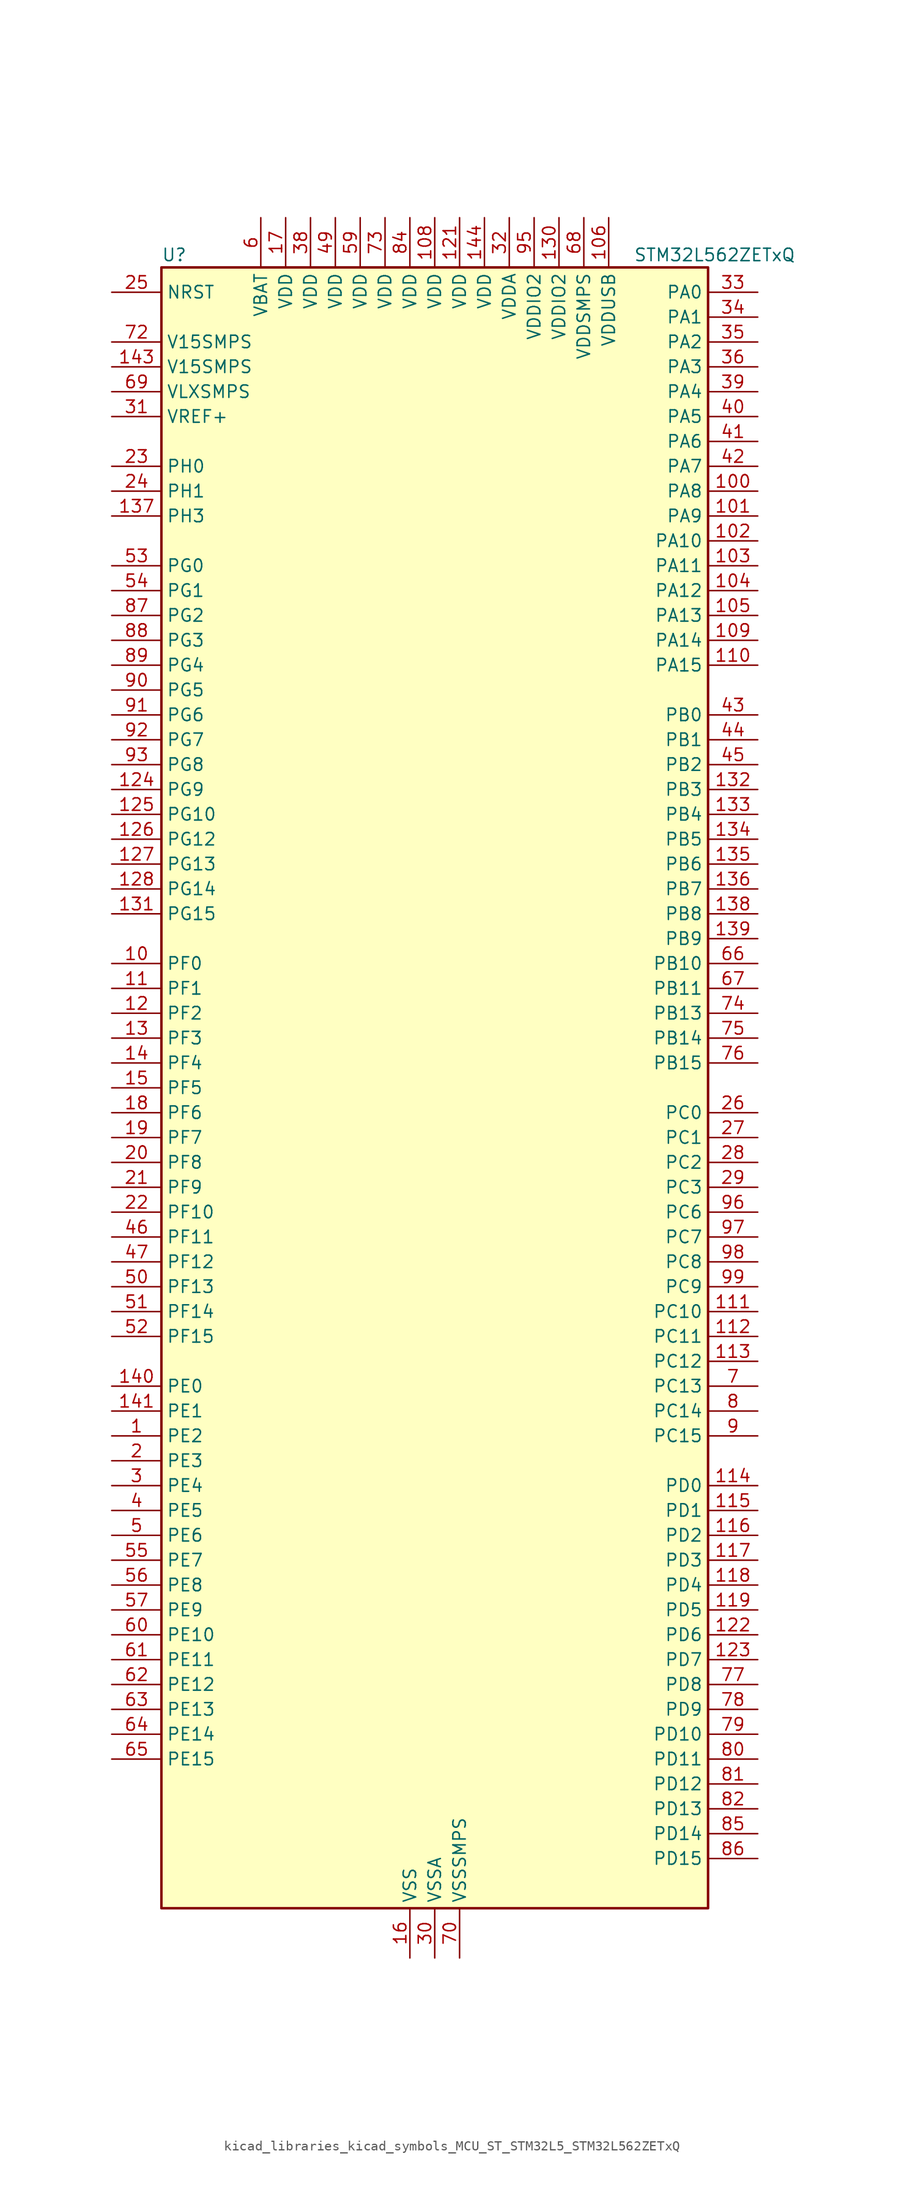
<source format=kicad_sym>
(kicad_symbol_lib
  (version 20220914)
  (generator kicad_symbol_editor)
  (symbol "kicad_libraries_kicad_symbols_MCU_ST_STM32L5_STM32L562ZETxQ"
    (property "Reference" "U"
      (at -27.94 85.09 0)
      (effects (font (size 1.27 1.27)) (justify left)))
    (property "Value" "STM32L562ZETxQ"
      (at 20.32 85.09 0)
      (effects (font (size 1.27 1.27)) (justify left)))
    (property "ki_locked" ""
      (at 0 0 0)
      (effects (font (size 1.27 1.27))))
    (symbol "kicad_libraries_kicad_symbols_MCU_ST_STM32L5_STM32L562ZETxQ_0_1"
      (rectangle (start -27.94 -83.82) (end 27.94 83.82) (stroke (width 0.254) (type default)) (fill (type background))))
    (symbol "kicad_libraries_kicad_symbols_MCU_ST_STM32L5_STM32L562ZETxQ_1_1"
      (pin bidirectional line (at -33.02 -35.56 0) (length 5.08) (name "PE2" (effects (font (size 1.27 1.27)))) (number "1" (effects (font (size 1.27 1.27)))) (alternate "DEBUG_TRACECLK" bidirectional line) (alternate "FMC_A23" bidirectional line) (alternate "SAI1_CK1" bidirectional line) (alternate "SAI1_MCLK_A" bidirectional line) (alternate "TIM3_ETR" bidirectional line) (alternate "TSC_G7_IO1" bidirectional line))
      (pin bidirectional line (at -33.02 12.7 0) (length 5.08) (name "PF0" (effects (font (size 1.27 1.27)))) (number "10" (effects (font (size 1.27 1.27)))) (alternate "FMC_A0" bidirectional line) (alternate "I2C2_SDA" bidirectional line))
      (pin bidirectional line (at 33.02 60.96 180) (length 5.08) (name "PA8" (effects (font (size 1.27 1.27)))) (number "100" (effects (font (size 1.27 1.27)))) (alternate "LPTIM2_OUT" bidirectional line) (alternate "RCC_MCO" bidirectional line) (alternate "SAI1_CK2" bidirectional line) (alternate "SAI1_SCK_A" bidirectional line) (alternate "TIM1_CH1" bidirectional line) (alternate "USART1_CK" bidirectional line))
      (pin bidirectional line (at 33.02 58.42 180) (length 5.08) (name "PA9" (effects (font (size 1.27 1.27)))) (number "101" (effects (font (size 1.27 1.27)))) (alternate "DAC1_EXTI9" bidirectional line) (alternate "SAI1_FS_A" bidirectional line) (alternate "SPI2_SCK" bidirectional line) (alternate "TIM15_BKIN" bidirectional line) (alternate "TIM1_CH2" bidirectional line) (alternate "USART1_TX" bidirectional line))
      (pin bidirectional line (at 33.02 55.88 180) (length 5.08) (name "PA10" (effects (font (size 1.27 1.27)))) (number "102" (effects (font (size 1.27 1.27)))) (alternate "CRS_SYNC" bidirectional line) (alternate "SAI1_D1" bidirectional line) (alternate "SAI1_SD_A" bidirectional line) (alternate "TIM17_BKIN" bidirectional line) (alternate "TIM1_CH3" bidirectional line) (alternate "USART1_RX" bidirectional line))
      (pin bidirectional line (at 33.02 53.34 180) (length 5.08) (name "PA11" (effects (font (size 1.27 1.27)))) (number "103" (effects (font (size 1.27 1.27)))) (alternate "ADC1_EXTI11" bidirectional line) (alternate "ADC2_EXTI11" bidirectional line) (alternate "FDCAN1_RX" bidirectional line) (alternate "SPI1_MISO" bidirectional line) (alternate "TIM1_BKIN2" bidirectional line) (alternate "TIM1_CH4" bidirectional line) (alternate "USART1_CTS" bidirectional line) (alternate "USART1_NSS" bidirectional line) (alternate "USB_DM" bidirectional line))
      (pin bidirectional line (at 33.02 50.8 180) (length 5.08) (name "PA12" (effects (font (size 1.27 1.27)))) (number "104" (effects (font (size 1.27 1.27)))) (alternate "FDCAN1_TX" bidirectional line) (alternate "SPI1_MOSI" bidirectional line) (alternate "TIM1_ETR" bidirectional line) (alternate "USART1_DE" bidirectional line) (alternate "USART1_RTS" bidirectional line) (alternate "USB_DP" bidirectional line))
      (pin bidirectional line (at 33.02 48.26 180) (length 5.08) (name "PA13" (effects (font (size 1.27 1.27)))) (number "105" (effects (font (size 1.27 1.27)))) (alternate "DEBUG_JTMS-SWDIO" bidirectional line) (alternate "IR_OUT" bidirectional line) (alternate "SAI1_SD_B" bidirectional line) (alternate "USB_NOE" bidirectional line))
      (pin power_in line (at 17.78 88.9 270) (length 5.08) (name "VDDUSB" (effects (font (size 1.27 1.27)))) (number "106" (effects (font (size 1.27 1.27)))))
      (pin passive line (at -2.54 -88.9 90) (length 5.08) hide (name "VSS" (effects (font (size 1.27 1.27)))) (number "107" (effects (font (size 1.27 1.27)))))
      (pin power_in line (at 0 88.9 270) (length 5.08) (name "VDD" (effects (font (size 1.27 1.27)))) (number "108" (effects (font (size 1.27 1.27)))))
      (pin bidirectional line (at 33.02 45.72 180) (length 5.08) (name "PA14" (effects (font (size 1.27 1.27)))) (number "109" (effects (font (size 1.27 1.27)))) (alternate "DEBUG_JTCK-SWCLK" bidirectional line) (alternate "I2C1_SMBA" bidirectional line) (alternate "I2C4_SMBA" bidirectional line) (alternate "LPTIM1_OUT" bidirectional line) (alternate "SAI1_FS_B" bidirectional line))
      (pin bidirectional line (at -33.02 10.16 0) (length 5.08) (name "PF1" (effects (font (size 1.27 1.27)))) (number "11" (effects (font (size 1.27 1.27)))) (alternate "FMC_A1" bidirectional line) (alternate "I2C2_SCL" bidirectional line))
      (pin bidirectional line (at 33.02 43.18 180) (length 5.08) (name "PA15" (effects (font (size 1.27 1.27)))) (number "110" (effects (font (size 1.27 1.27)))) (alternate "ADC1_EXTI15" bidirectional line) (alternate "ADC2_EXTI15" bidirectional line) (alternate "DEBUG_JTDI" bidirectional line) (alternate "SAI2_FS_B" bidirectional line) (alternate "SPI1_NSS" bidirectional line) (alternate "SPI3_NSS" bidirectional line) (alternate "TIM2_CH1" bidirectional line) (alternate "TIM2_ETR" bidirectional line) (alternate "UART4_DE" bidirectional line) (alternate "UART4_RTS" bidirectional line) (alternate "UCPD1_CC1" bidirectional line) (alternate "USART2_RX" bidirectional line) (alternate "USART3_DE" bidirectional line) (alternate "USART3_RTS" bidirectional line))
      (pin bidirectional line (at 33.02 -22.86 180) (length 5.08) (name "PC10" (effects (font (size 1.27 1.27)))) (number "111" (effects (font (size 1.27 1.27)))) (alternate "DEBUG_TRACED1" bidirectional line) (alternate "LPTIM3_ETR" bidirectional line) (alternate "SAI2_SCK_B" bidirectional line) (alternate "SDMMC1_D2" bidirectional line) (alternate "SPI3_SCK" bidirectional line) (alternate "TSC_G3_IO2" bidirectional line) (alternate "UART4_TX" bidirectional line) (alternate "USART3_TX" bidirectional line))
      (pin bidirectional line (at 33.02 -25.4 180) (length 5.08) (name "PC11" (effects (font (size 1.27 1.27)))) (number "112" (effects (font (size 1.27 1.27)))) (alternate "ADC1_EXTI11" bidirectional line) (alternate "ADC2_EXTI11" bidirectional line) (alternate "LPTIM3_IN1" bidirectional line) (alternate "OCTOSPI1_NCS" bidirectional line) (alternate "SAI2_MCLK_B" bidirectional line) (alternate "SDMMC1_D3" bidirectional line) (alternate "SPI3_MISO" bidirectional line) (alternate "TSC_G3_IO3" bidirectional line) (alternate "UART4_RX" bidirectional line) (alternate "UCPD1_FRSTX2" bidirectional line) (alternate "USART3_RX" bidirectional line))
      (pin bidirectional line (at 33.02 -27.94 180) (length 5.08) (name "PC12" (effects (font (size 1.27 1.27)))) (number "113" (effects (font (size 1.27 1.27)))) (alternate "DEBUG_TRACED3" bidirectional line) (alternate "SAI2_SD_B" bidirectional line) (alternate "SDMMC1_CK" bidirectional line) (alternate "SPI3_MOSI" bidirectional line) (alternate "TSC_G3_IO4" bidirectional line) (alternate "UART5_TX" bidirectional line) (alternate "USART3_CK" bidirectional line))
      (pin bidirectional line (at 33.02 -40.64 180) (length 5.08) (name "PD0" (effects (font (size 1.27 1.27)))) (number "114" (effects (font (size 1.27 1.27)))) (alternate "FDCAN1_RX" bidirectional line) (alternate "FMC_D2" bidirectional line) (alternate "FMC_DA2" bidirectional line) (alternate "SPI2_NSS" bidirectional line))
      (pin bidirectional line (at 33.02 -43.18 180) (length 5.08) (name "PD1" (effects (font (size 1.27 1.27)))) (number "115" (effects (font (size 1.27 1.27)))) (alternate "FDCAN1_TX" bidirectional line) (alternate "FMC_D3" bidirectional line) (alternate "FMC_DA3" bidirectional line) (alternate "SPI2_SCK" bidirectional line))
      (pin bidirectional line (at 33.02 -45.72 180) (length 5.08) (name "PD2" (effects (font (size 1.27 1.27)))) (number "116" (effects (font (size 1.27 1.27)))) (alternate "DEBUG_TRACED2" bidirectional line) (alternate "SDMMC1_CMD" bidirectional line) (alternate "TIM3_ETR" bidirectional line) (alternate "TSC_SYNC" bidirectional line) (alternate "UART5_RX" bidirectional line) (alternate "USART3_DE" bidirectional line) (alternate "USART3_RTS" bidirectional line))
      (pin bidirectional line (at 33.02 -48.26 180) (length 5.08) (name "PD3" (effects (font (size 1.27 1.27)))) (number "117" (effects (font (size 1.27 1.27)))) (alternate "DFSDM1_DATIN0" bidirectional line) (alternate "FMC_CLK" bidirectional line) (alternate "SPI2_MISO" bidirectional line) (alternate "SPI2_SCK" bidirectional line) (alternate "USART2_CTS" bidirectional line) (alternate "USART2_NSS" bidirectional line))
      (pin bidirectional line (at 33.02 -50.8 180) (length 5.08) (name "PD4" (effects (font (size 1.27 1.27)))) (number "118" (effects (font (size 1.27 1.27)))) (alternate "DFSDM1_CKIN0" bidirectional line) (alternate "FMC_NOE" bidirectional line) (alternate "OCTOSPI1_IO4" bidirectional line) (alternate "SPI2_MOSI" bidirectional line) (alternate "USART2_DE" bidirectional line) (alternate "USART2_RTS" bidirectional line))
      (pin bidirectional line (at 33.02 -53.34 180) (length 5.08) (name "PD5" (effects (font (size 1.27 1.27)))) (number "119" (effects (font (size 1.27 1.27)))) (alternate "FMC_NWE" bidirectional line) (alternate "OCTOSPI1_IO5" bidirectional line) (alternate "USART2_TX" bidirectional line))
      (pin bidirectional line (at -33.02 7.62 0) (length 5.08) (name "PF2" (effects (font (size 1.27 1.27)))) (number "12" (effects (font (size 1.27 1.27)))) (alternate "FMC_A2" bidirectional line) (alternate "I2C2_SMBA" bidirectional line))
      (pin passive line (at -2.54 -88.9 90) (length 5.08) hide (name "VSS" (effects (font (size 1.27 1.27)))) (number "120" (effects (font (size 1.27 1.27)))))
      (pin power_in line (at 2.54 88.9 270) (length 5.08) (name "VDD" (effects (font (size 1.27 1.27)))) (number "121" (effects (font (size 1.27 1.27)))))
      (pin bidirectional line (at 33.02 -55.88 180) (length 5.08) (name "PD6" (effects (font (size 1.27 1.27)))) (number "122" (effects (font (size 1.27 1.27)))) (alternate "DFSDM1_DATIN1" bidirectional line) (alternate "FMC_NWAIT" bidirectional line) (alternate "OCTOSPI1_IO6" bidirectional line) (alternate "SAI1_D1" bidirectional line) (alternate "SAI1_SD_A" bidirectional line) (alternate "SPI3_MOSI" bidirectional line) (alternate "USART2_RX" bidirectional line))
      (pin bidirectional line (at 33.02 -58.42 180) (length 5.08) (name "PD7" (effects (font (size 1.27 1.27)))) (number "123" (effects (font (size 1.27 1.27)))) (alternate "DFSDM1_CKIN1" bidirectional line) (alternate "FMC_NCE" bidirectional line) (alternate "FMC_NE1" bidirectional line) (alternate "OCTOSPI1_IO7" bidirectional line) (alternate "USART2_CK" bidirectional line))
      (pin bidirectional line (at -33.02 30.48 0) (length 5.08) (name "PG9" (effects (font (size 1.27 1.27)))) (number "124" (effects (font (size 1.27 1.27)))) (alternate "DAC1_EXTI9" bidirectional line) (alternate "FMC_NCE" bidirectional line) (alternate "FMC_NE2" bidirectional line) (alternate "SAI2_SCK_A" bidirectional line) (alternate "SPI3_SCK" bidirectional line) (alternate "TIM15_CH1N" bidirectional line) (alternate "USART1_TX" bidirectional line))
      (pin bidirectional line (at -33.02 27.94 0) (length 5.08) (name "PG10" (effects (font (size 1.27 1.27)))) (number "125" (effects (font (size 1.27 1.27)))) (alternate "FMC_NE3" bidirectional line) (alternate "LPTIM1_IN1" bidirectional line) (alternate "SAI2_FS_A" bidirectional line) (alternate "SPI3_MISO" bidirectional line) (alternate "TIM15_CH1" bidirectional line) (alternate "USART1_RX" bidirectional line))
      (pin bidirectional line (at -33.02 25.4 0) (length 5.08) (name "PG12" (effects (font (size 1.27 1.27)))) (number "126" (effects (font (size 1.27 1.27)))) (alternate "FMC_NE4" bidirectional line) (alternate "LPTIM1_ETR" bidirectional line) (alternate "SAI2_SD_A" bidirectional line) (alternate "SPI3_NSS" bidirectional line) (alternate "USART1_DE" bidirectional line) (alternate "USART1_RTS" bidirectional line))
      (pin bidirectional line (at -33.02 22.86 0) (length 5.08) (name "PG13" (effects (font (size 1.27 1.27)))) (number "127" (effects (font (size 1.27 1.27)))) (alternate "FMC_A24" bidirectional line) (alternate "I2C1_SDA" bidirectional line) (alternate "USART1_CK" bidirectional line))
      (pin bidirectional line (at -33.02 20.32 0) (length 5.08) (name "PG14" (effects (font (size 1.27 1.27)))) (number "128" (effects (font (size 1.27 1.27)))) (alternate "FMC_A25" bidirectional line) (alternate "I2C1_SCL" bidirectional line))
      (pin passive line (at -2.54 -88.9 90) (length 5.08) hide (name "VSS" (effects (font (size 1.27 1.27)))) (number "129" (effects (font (size 1.27 1.27)))))
      (pin bidirectional line (at -33.02 5.08 0) (length 5.08) (name "PF3" (effects (font (size 1.27 1.27)))) (number "13" (effects (font (size 1.27 1.27)))) (alternate "FMC_A3" bidirectional line) (alternate "LPTIM3_IN1" bidirectional line))
      (pin power_in line (at 12.7 88.9 270) (length 5.08) (name "VDDIO2" (effects (font (size 1.27 1.27)))) (number "130" (effects (font (size 1.27 1.27)))))
      (pin bidirectional line (at -33.02 17.78 0) (length 5.08) (name "PG15" (effects (font (size 1.27 1.27)))) (number "131" (effects (font (size 1.27 1.27)))) (alternate "ADC1_EXTI15" bidirectional line) (alternate "ADC2_EXTI15" bidirectional line) (alternate "I2C1_SMBA" bidirectional line) (alternate "LPTIM1_OUT" bidirectional line))
      (pin bidirectional line (at 33.02 30.48 180) (length 5.08) (name "PB3" (effects (font (size 1.27 1.27)))) (number "132" (effects (font (size 1.27 1.27)))) (alternate "COMP2_INM" bidirectional line) (alternate "CRS_SYNC" bidirectional line) (alternate "DEBUG_JTDO-SWO" bidirectional line) (alternate "SAI1_SCK_B" bidirectional line) (alternate "SPI1_SCK" bidirectional line) (alternate "SPI3_SCK" bidirectional line) (alternate "TIM2_CH2" bidirectional line) (alternate "USART1_DE" bidirectional line) (alternate "USART1_RTS" bidirectional line))
      (pin bidirectional line (at 33.02 27.94 180) (length 5.08) (name "PB4" (effects (font (size 1.27 1.27)))) (number "133" (effects (font (size 1.27 1.27)))) (alternate "COMP2_INP" bidirectional line) (alternate "DEBUG_JTRST" bidirectional line) (alternate "I2C3_SDA" bidirectional line) (alternate "SAI1_MCLK_B" bidirectional line) (alternate "SPI1_MISO" bidirectional line) (alternate "SPI3_MISO" bidirectional line) (alternate "TIM17_BKIN" bidirectional line) (alternate "TIM3_CH1" bidirectional line) (alternate "TSC_G2_IO1" bidirectional line) (alternate "UART5_DE" bidirectional line) (alternate "UART5_RTS" bidirectional line) (alternate "USART1_CTS" bidirectional line) (alternate "USART1_NSS" bidirectional line))
      (pin bidirectional line (at 33.02 25.4 180) (length 5.08) (name "PB5" (effects (font (size 1.27 1.27)))) (number "134" (effects (font (size 1.27 1.27)))) (alternate "COMP2_OUT" bidirectional line) (alternate "I2C1_SMBA" bidirectional line) (alternate "LPTIM1_IN1" bidirectional line) (alternate "OCTOSPI1_NCLK" bidirectional line) (alternate "SAI1_SD_B" bidirectional line) (alternate "SPI1_MOSI" bidirectional line) (alternate "SPI3_MOSI" bidirectional line) (alternate "TIM16_BKIN" bidirectional line) (alternate "TIM3_CH2" bidirectional line) (alternate "TSC_G2_IO2" bidirectional line) (alternate "UART5_CTS" bidirectional line) (alternate "UCPD1_DBCC1" bidirectional line) (alternate "USART1_CK" bidirectional line))
      (pin bidirectional line (at 33.02 22.86 180) (length 5.08) (name "PB6" (effects (font (size 1.27 1.27)))) (number "135" (effects (font (size 1.27 1.27)))) (alternate "COMP2_INP" bidirectional line) (alternate "I2C1_SCL" bidirectional line) (alternate "I2C4_SCL" bidirectional line) (alternate "LPTIM1_ETR" bidirectional line) (alternate "SAI1_FS_B" bidirectional line) (alternate "TIM16_CH1N" bidirectional line) (alternate "TIM4_CH1" bidirectional line) (alternate "TIM8_BKIN2" bidirectional line) (alternate "TSC_G2_IO3" bidirectional line) (alternate "USART1_TX" bidirectional line))
      (pin bidirectional line (at 33.02 20.32 180) (length 5.08) (name "PB7" (effects (font (size 1.27 1.27)))) (number "136" (effects (font (size 1.27 1.27)))) (alternate "COMP2_INM" bidirectional line) (alternate "FMC_NL" bidirectional line) (alternate "I2C1_SDA" bidirectional line) (alternate "I2C4_SDA" bidirectional line) (alternate "LPTIM1_IN2" bidirectional line) (alternate "PWR_PVD_IN" bidirectional line) (alternate "TIM17_CH1N" bidirectional line) (alternate "TIM4_CH2" bidirectional line) (alternate "TIM8_BKIN" bidirectional line) (alternate "TSC_G2_IO4" bidirectional line) (alternate "UART4_CTS" bidirectional line) (alternate "USART1_RX" bidirectional line))
      (pin bidirectional line (at -33.02 58.42 0) (length 5.08) (name "PH3" (effects (font (size 1.27 1.27)))) (number "137" (effects (font (size 1.27 1.27)))))
      (pin bidirectional line (at 33.02 17.78 180) (length 5.08) (name "PB8" (effects (font (size 1.27 1.27)))) (number "138" (effects (font (size 1.27 1.27)))) (alternate "DFSDM1_CKOUT" bidirectional line) (alternate "FDCAN1_RX" bidirectional line) (alternate "I2C1_SCL" bidirectional line) (alternate "SAI1_CK1" bidirectional line) (alternate "SAI1_MCLK_A" bidirectional line) (alternate "SDMMC1_CKIN" bidirectional line) (alternate "SDMMC1_D4" bidirectional line) (alternate "TIM16_CH1" bidirectional line) (alternate "TIM4_CH3" bidirectional line))
      (pin bidirectional line (at 33.02 15.24 180) (length 5.08) (name "PB9" (effects (font (size 1.27 1.27)))) (number "139" (effects (font (size 1.27 1.27)))) (alternate "DAC1_EXTI9" bidirectional line) (alternate "FDCAN1_TX" bidirectional line) (alternate "I2C1_SDA" bidirectional line) (alternate "IR_OUT" bidirectional line) (alternate "SAI1_D2" bidirectional line) (alternate "SAI1_FS_A" bidirectional line) (alternate "SDMMC1_CDIR" bidirectional line) (alternate "SDMMC1_D5" bidirectional line) (alternate "SPI2_NSS" bidirectional line) (alternate "TIM17_CH1" bidirectional line) (alternate "TIM4_CH4" bidirectional line))
      (pin bidirectional line (at -33.02 2.54 0) (length 5.08) (name "PF4" (effects (font (size 1.27 1.27)))) (number "14" (effects (font (size 1.27 1.27)))) (alternate "FMC_A4" bidirectional line) (alternate "LPTIM3_ETR" bidirectional line))
      (pin bidirectional line (at -33.02 -30.48 0) (length 5.08) (name "PE0" (effects (font (size 1.27 1.27)))) (number "140" (effects (font (size 1.27 1.27)))) (alternate "FMC_NBL0" bidirectional line) (alternate "TIM16_CH1" bidirectional line) (alternate "TIM4_ETR" bidirectional line))
      (pin bidirectional line (at -33.02 -33.02 0) (length 5.08) (name "PE1" (effects (font (size 1.27 1.27)))) (number "141" (effects (font (size 1.27 1.27)))) (alternate "FMC_NBL1" bidirectional line) (alternate "TIM17_CH1" bidirectional line))
      (pin passive line (at -2.54 -88.9 90) (length 5.08) hide (name "VSS" (effects (font (size 1.27 1.27)))) (number "142" (effects (font (size 1.27 1.27)))))
      (pin power_in line (at -33.02 73.66 0) (length 5.08) (name "V15SMPS" (effects (font (size 1.27 1.27)))) (number "143" (effects (font (size 1.27 1.27)))))
      (pin power_in line (at 5.08 88.9 270) (length 5.08) (name "VDD" (effects (font (size 1.27 1.27)))) (number "144" (effects (font (size 1.27 1.27)))))
      (pin bidirectional line (at -33.02 0 0) (length 5.08) (name "PF5" (effects (font (size 1.27 1.27)))) (number "15" (effects (font (size 1.27 1.27)))) (alternate "FMC_A5" bidirectional line) (alternate "LPTIM3_OUT" bidirectional line))
      (pin power_in line (at -2.54 -88.9 90) (length 5.08) (name "VSS" (effects (font (size 1.27 1.27)))) (number "16" (effects (font (size 1.27 1.27)))))
      (pin power_in line (at -15.24 88.9 270) (length 5.08) (name "VDD" (effects (font (size 1.27 1.27)))) (number "17" (effects (font (size 1.27 1.27)))))
      (pin bidirectional line (at -33.02 -2.54 0) (length 5.08) (name "PF6" (effects (font (size 1.27 1.27)))) (number "18" (effects (font (size 1.27 1.27)))) (alternate "OCTOSPI1_IO3" bidirectional line) (alternate "SAI1_SD_B" bidirectional line) (alternate "TIM5_CH1" bidirectional line) (alternate "TIM5_ETR" bidirectional line))
      (pin bidirectional line (at -33.02 -5.08 0) (length 5.08) (name "PF7" (effects (font (size 1.27 1.27)))) (number "19" (effects (font (size 1.27 1.27)))) (alternate "OCTOSPI1_IO2" bidirectional line) (alternate "SAI1_MCLK_B" bidirectional line) (alternate "TAMP_IN6" bidirectional line) (alternate "TAMP_OUT3" bidirectional line) (alternate "TIM5_CH2" bidirectional line))
      (pin bidirectional line (at -33.02 -38.1 0) (length 5.08) (name "PE3" (effects (font (size 1.27 1.27)))) (number "2" (effects (font (size 1.27 1.27)))) (alternate "DEBUG_TRACED0" bidirectional line) (alternate "FMC_A19" bidirectional line) (alternate "OCTOSPI1_DQS" bidirectional line) (alternate "SAI1_SD_B" bidirectional line) (alternate "TIM3_CH1" bidirectional line) (alternate "TSC_G7_IO2" bidirectional line))
      (pin bidirectional line (at -33.02 -7.62 0) (length 5.08) (name "PF8" (effects (font (size 1.27 1.27)))) (number "20" (effects (font (size 1.27 1.27)))) (alternate "OCTOSPI1_IO0" bidirectional line) (alternate "SAI1_SCK_B" bidirectional line) (alternate "TAMP_IN7" bidirectional line) (alternate "TAMP_OUT8" bidirectional line) (alternate "TIM5_CH3" bidirectional line))
      (pin bidirectional line (at -33.02 -10.16 0) (length 5.08) (name "PF9" (effects (font (size 1.27 1.27)))) (number "21" (effects (font (size 1.27 1.27)))) (alternate "DAC1_EXTI9" bidirectional line) (alternate "OCTOSPI1_IO1" bidirectional line) (alternate "SAI1_FS_B" bidirectional line) (alternate "TAMP_IN8" bidirectional line) (alternate "TAMP_OUT7" bidirectional line) (alternate "TIM15_CH1" bidirectional line) (alternate "TIM5_CH4" bidirectional line))
      (pin bidirectional line (at -33.02 -12.7 0) (length 5.08) (name "PF10" (effects (font (size 1.27 1.27)))) (number "22" (effects (font (size 1.27 1.27)))) (alternate "DFSDM1_CKOUT" bidirectional line) (alternate "OCTOSPI1_CLK" bidirectional line) (alternate "SAI1_D3" bidirectional line) (alternate "TIM15_CH2" bidirectional line))
      (pin bidirectional line (at -33.02 63.5 0) (length 5.08) (name "PH0" (effects (font (size 1.27 1.27)))) (number "23" (effects (font (size 1.27 1.27)))) (alternate "RCC_OSC_IN" bidirectional line))
      (pin bidirectional line (at -33.02 60.96 0) (length 5.08) (name "PH1" (effects (font (size 1.27 1.27)))) (number "24" (effects (font (size 1.27 1.27)))) (alternate "RCC_OSC_OUT" bidirectional line))
      (pin input line (at -33.02 81.28 0) (length 5.08) (name "NRST" (effects (font (size 1.27 1.27)))) (number "25" (effects (font (size 1.27 1.27)))))
      (pin bidirectional line (at 33.02 -2.54 180) (length 5.08) (name "PC0" (effects (font (size 1.27 1.27)))) (number "26" (effects (font (size 1.27 1.27)))) (alternate "ADC1_IN1" bidirectional line) (alternate "ADC2_IN1" bidirectional line) (alternate "I2C3_SCL" bidirectional line) (alternate "LPTIM1_IN1" bidirectional line) (alternate "LPTIM2_IN1" bidirectional line) (alternate "LPUART1_RX" bidirectional line) (alternate "OCTOSPI1_IO7" bidirectional line) (alternate "SAI2_FS_A" bidirectional line) (alternate "SDMMC1_D5" bidirectional line))
      (pin bidirectional line (at 33.02 -5.08 180) (length 5.08) (name "PC1" (effects (font (size 1.27 1.27)))) (number "27" (effects (font (size 1.27 1.27)))) (alternate "ADC1_IN2" bidirectional line) (alternate "ADC2_IN2" bidirectional line) (alternate "DEBUG_TRACED0" bidirectional line) (alternate "I2C3_SDA" bidirectional line) (alternate "LPTIM1_OUT" bidirectional line) (alternate "LPUART1_TX" bidirectional line) (alternate "OCTOSPI1_IO4" bidirectional line) (alternate "SAI1_SD_A" bidirectional line) (alternate "SPI2_MOSI" bidirectional line))
      (pin bidirectional line (at 33.02 -7.62 180) (length 5.08) (name "PC2" (effects (font (size 1.27 1.27)))) (number "28" (effects (font (size 1.27 1.27)))) (alternate "ADC1_IN3" bidirectional line) (alternate "ADC2_IN3" bidirectional line) (alternate "DFSDM1_CKOUT" bidirectional line) (alternate "LPTIM1_IN2" bidirectional line) (alternate "OCTOSPI1_IO5" bidirectional line) (alternate "SPI2_MISO" bidirectional line))
      (pin bidirectional line (at 33.02 -10.16 180) (length 5.08) (name "PC3" (effects (font (size 1.27 1.27)))) (number "29" (effects (font (size 1.27 1.27)))) (alternate "ADC1_IN4" bidirectional line) (alternate "ADC2_IN4" bidirectional line) (alternate "LPTIM1_ETR" bidirectional line) (alternate "LPTIM2_ETR" bidirectional line) (alternate "LPTIM3_OUT" bidirectional line) (alternate "OCTOSPI1_IO6" bidirectional line) (alternate "SAI1_D1" bidirectional line) (alternate "SAI1_SD_A" bidirectional line) (alternate "SPI2_MOSI" bidirectional line))
      (pin bidirectional line (at -33.02 -40.64 0) (length 5.08) (name "PE4" (effects (font (size 1.27 1.27)))) (number "3" (effects (font (size 1.27 1.27)))) (alternate "DEBUG_TRACED1" bidirectional line) (alternate "DFSDM1_DATIN3" bidirectional line) (alternate "FMC_A20" bidirectional line) (alternate "SAI1_D2" bidirectional line) (alternate "SAI1_FS_A" bidirectional line) (alternate "TIM3_CH2" bidirectional line) (alternate "TSC_G7_IO3" bidirectional line))
      (pin power_in line (at 0 -88.9 90) (length 5.08) (name "VSSA" (effects (font (size 1.27 1.27)))) (number "30" (effects (font (size 1.27 1.27)))))
      (pin input line (at -33.02 68.58 0) (length 5.08) (name "VREF+" (effects (font (size 1.27 1.27)))) (number "31" (effects (font (size 1.27 1.27)))))
      (pin power_in line (at 7.62 88.9 270) (length 5.08) (name "VDDA" (effects (font (size 1.27 1.27)))) (number "32" (effects (font (size 1.27 1.27)))))
      (pin bidirectional line (at 33.02 81.28 180) (length 5.08) (name "PA0" (effects (font (size 1.27 1.27)))) (number "33" (effects (font (size 1.27 1.27)))) (alternate "ADC1_IN5" bidirectional line) (alternate "ADC2_IN5" bidirectional line) (alternate "OPAMP1_VINP" bidirectional line) (alternate "PWR_WKUP1" bidirectional line) (alternate "SAI1_EXTCLK" bidirectional line) (alternate "TAMP_IN2" bidirectional line) (alternate "TAMP_OUT1" bidirectional line) (alternate "TIM2_CH1" bidirectional line) (alternate "TIM2_ETR" bidirectional line) (alternate "TIM5_CH1" bidirectional line) (alternate "TIM8_ETR" bidirectional line) (alternate "UART4_TX" bidirectional line) (alternate "USART2_CTS" bidirectional line) (alternate "USART2_NSS" bidirectional line))
      (pin bidirectional line (at 33.02 78.74 180) (length 5.08) (name "PA1" (effects (font (size 1.27 1.27)))) (number "34" (effects (font (size 1.27 1.27)))) (alternate "ADC1_IN6" bidirectional line) (alternate "ADC2_IN6" bidirectional line) (alternate "I2C1_SMBA" bidirectional line) (alternate "OCTOSPI1_DQS" bidirectional line) (alternate "OPAMP1_VINM" bidirectional line) (alternate "SPI1_SCK" bidirectional line) (alternate "TAMP_IN5" bidirectional line) (alternate "TAMP_OUT4" bidirectional line) (alternate "TIM15_CH1N" bidirectional line) (alternate "TIM2_CH2" bidirectional line) (alternate "TIM5_CH2" bidirectional line) (alternate "UART4_RX" bidirectional line) (alternate "USART2_DE" bidirectional line) (alternate "USART2_RTS" bidirectional line))
      (pin bidirectional line (at 33.02 76.2 180) (length 5.08) (name "PA2" (effects (font (size 1.27 1.27)))) (number "35" (effects (font (size 1.27 1.27)))) (alternate "ADC1_IN7" bidirectional line) (alternate "ADC2_IN7" bidirectional line) (alternate "COMP1_INP" bidirectional line) (alternate "LPUART1_TX" bidirectional line) (alternate "OCTOSPI1_NCS" bidirectional line) (alternate "PWR_WKUP4" bidirectional line) (alternate "RCC_LSCO" bidirectional line) (alternate "SAI2_EXTCLK" bidirectional line) (alternate "TIM15_CH1" bidirectional line) (alternate "TIM2_CH3" bidirectional line) (alternate "TIM5_CH3" bidirectional line) (alternate "UCPD1_FRSTX1" bidirectional line) (alternate "USART2_TX" bidirectional line))
      (pin bidirectional line (at 33.02 73.66 180) (length 5.08) (name "PA3" (effects (font (size 1.27 1.27)))) (number "36" (effects (font (size 1.27 1.27)))) (alternate "ADC1_IN8" bidirectional line) (alternate "ADC2_IN8" bidirectional line) (alternate "LPUART1_RX" bidirectional line) (alternate "OCTOSPI1_CLK" bidirectional line) (alternate "OPAMP1_VOUT" bidirectional line) (alternate "SAI1_CK1" bidirectional line) (alternate "SAI1_MCLK_A" bidirectional line) (alternate "TIM15_CH2" bidirectional line) (alternate "TIM2_CH4" bidirectional line) (alternate "TIM5_CH4" bidirectional line) (alternate "USART2_RX" bidirectional line))
      (pin passive line (at -2.54 -88.9 90) (length 5.08) hide (name "VSS" (effects (font (size 1.27 1.27)))) (number "37" (effects (font (size 1.27 1.27)))))
      (pin power_in line (at -12.7 88.9 270) (length 5.08) (name "VDD" (effects (font (size 1.27 1.27)))) (number "38" (effects (font (size 1.27 1.27)))))
      (pin bidirectional line (at 33.02 71.12 180) (length 5.08) (name "PA4" (effects (font (size 1.27 1.27)))) (number "39" (effects (font (size 1.27 1.27)))) (alternate "ADC1_IN9" bidirectional line) (alternate "ADC2_IN9" bidirectional line) (alternate "DAC1_OUT1" bidirectional line) (alternate "LPTIM2_OUT" bidirectional line) (alternate "OCTOSPI1_NCS" bidirectional line) (alternate "SAI1_FS_B" bidirectional line) (alternate "SPI1_NSS" bidirectional line) (alternate "SPI3_NSS" bidirectional line) (alternate "USART2_CK" bidirectional line))
      (pin bidirectional line (at -33.02 -43.18 0) (length 5.08) (name "PE5" (effects (font (size 1.27 1.27)))) (number "4" (effects (font (size 1.27 1.27)))) (alternate "DEBUG_TRACED2" bidirectional line) (alternate "DFSDM1_CKIN3" bidirectional line) (alternate "FMC_A21" bidirectional line) (alternate "SAI1_CK2" bidirectional line) (alternate "SAI1_SCK_A" bidirectional line) (alternate "TIM3_CH3" bidirectional line) (alternate "TSC_G7_IO4" bidirectional line))
      (pin bidirectional line (at 33.02 68.58 180) (length 5.08) (name "PA5" (effects (font (size 1.27 1.27)))) (number "40" (effects (font (size 1.27 1.27)))) (alternate "ADC1_IN10" bidirectional line) (alternate "ADC2_IN10" bidirectional line) (alternate "DAC1_OUT2" bidirectional line) (alternate "LPTIM2_ETR" bidirectional line) (alternate "SPI1_SCK" bidirectional line) (alternate "TIM2_CH1" bidirectional line) (alternate "TIM2_ETR" bidirectional line) (alternate "TIM8_CH1N" bidirectional line))
      (pin bidirectional line (at 33.02 66.04 180) (length 5.08) (name "PA6" (effects (font (size 1.27 1.27)))) (number "41" (effects (font (size 1.27 1.27)))) (alternate "ADC1_IN11" bidirectional line) (alternate "ADC2_IN11" bidirectional line) (alternate "LPUART1_CTS" bidirectional line) (alternate "OCTOSPI1_IO3" bidirectional line) (alternate "OPAMP2_VINP" bidirectional line) (alternate "SPI1_MISO" bidirectional line) (alternate "TIM16_CH1" bidirectional line) (alternate "TIM1_BKIN" bidirectional line) (alternate "TIM3_CH1" bidirectional line) (alternate "TIM8_BKIN" bidirectional line) (alternate "USART3_CTS" bidirectional line) (alternate "USART3_NSS" bidirectional line))
      (pin bidirectional line (at 33.02 63.5 180) (length 5.08) (name "PA7" (effects (font (size 1.27 1.27)))) (number "42" (effects (font (size 1.27 1.27)))) (alternate "ADC1_IN12" bidirectional line) (alternate "ADC2_IN12" bidirectional line) (alternate "I2C3_SCL" bidirectional line) (alternate "OCTOSPI1_IO2" bidirectional line) (alternate "OPAMP2_VINM" bidirectional line) (alternate "SPI1_MOSI" bidirectional line) (alternate "TIM17_CH1" bidirectional line) (alternate "TIM1_CH1N" bidirectional line) (alternate "TIM3_CH2" bidirectional line) (alternate "TIM8_CH1N" bidirectional line))
      (pin bidirectional line (at 33.02 38.1 180) (length 5.08) (name "PB0" (effects (font (size 1.27 1.27)))) (number "43" (effects (font (size 1.27 1.27)))) (alternate "ADC1_IN15" bidirectional line) (alternate "ADC2_IN15" bidirectional line) (alternate "COMP1_OUT" bidirectional line) (alternate "OCTOSPI1_IO1" bidirectional line) (alternate "OPAMP2_VOUT" bidirectional line) (alternate "SAI1_EXTCLK" bidirectional line) (alternate "SPI1_NSS" bidirectional line) (alternate "TIM1_CH2N" bidirectional line) (alternate "TIM3_CH3" bidirectional line) (alternate "TIM8_CH2N" bidirectional line) (alternate "USART3_CK" bidirectional line))
      (pin bidirectional line (at 33.02 35.56 180) (length 5.08) (name "PB1" (effects (font (size 1.27 1.27)))) (number "44" (effects (font (size 1.27 1.27)))) (alternate "ADC1_IN16" bidirectional line) (alternate "ADC2_IN16" bidirectional line) (alternate "COMP1_INM" bidirectional line) (alternate "DFSDM1_DATIN0" bidirectional line) (alternate "LPTIM2_IN1" bidirectional line) (alternate "LPUART1_DE" bidirectional line) (alternate "LPUART1_RTS" bidirectional line) (alternate "OCTOSPI1_IO0" bidirectional line) (alternate "TIM1_CH3N" bidirectional line) (alternate "TIM3_CH4" bidirectional line) (alternate "TIM8_CH3N" bidirectional line) (alternate "USART3_DE" bidirectional line) (alternate "USART3_RTS" bidirectional line))
      (pin bidirectional line (at 33.02 33.02 180) (length 5.08) (name "PB2" (effects (font (size 1.27 1.27)))) (number "45" (effects (font (size 1.27 1.27)))) (alternate "COMP1_INP" bidirectional line) (alternate "DFSDM1_CKIN0" bidirectional line) (alternate "I2C3_SMBA" bidirectional line) (alternate "LPTIM1_OUT" bidirectional line) (alternate "OCTOSPI1_DQS" bidirectional line) (alternate "RTC_OUT2" bidirectional line) (alternate "UCPD1_FRSTX1" bidirectional line))
      (pin bidirectional line (at -33.02 -15.24 0) (length 5.08) (name "PF11" (effects (font (size 1.27 1.27)))) (number "46" (effects (font (size 1.27 1.27)))) (alternate "ADC1_EXTI11" bidirectional line) (alternate "ADC2_EXTI11" bidirectional line) (alternate "OCTOSPI1_NCLK" bidirectional line))
      (pin bidirectional line (at -33.02 -17.78 0) (length 5.08) (name "PF12" (effects (font (size 1.27 1.27)))) (number "47" (effects (font (size 1.27 1.27)))) (alternate "FMC_A6" bidirectional line))
      (pin passive line (at -2.54 -88.9 90) (length 5.08) hide (name "VSS" (effects (font (size 1.27 1.27)))) (number "48" (effects (font (size 1.27 1.27)))))
      (pin power_in line (at -10.16 88.9 270) (length 5.08) (name "VDD" (effects (font (size 1.27 1.27)))) (number "49" (effects (font (size 1.27 1.27)))))
      (pin bidirectional line (at -33.02 -45.72 0) (length 5.08) (name "PE6" (effects (font (size 1.27 1.27)))) (number "5" (effects (font (size 1.27 1.27)))) (alternate "DEBUG_TRACED3" bidirectional line) (alternate "FMC_A22" bidirectional line) (alternate "PWR_WKUP3" bidirectional line) (alternate "SAI1_D1" bidirectional line) (alternate "SAI1_SD_A" bidirectional line) (alternate "TAMP_IN3" bidirectional line) (alternate "TAMP_OUT6" bidirectional line) (alternate "TIM3_CH4" bidirectional line))
      (pin bidirectional line (at -33.02 -20.32 0) (length 5.08) (name "PF13" (effects (font (size 1.27 1.27)))) (number "50" (effects (font (size 1.27 1.27)))) (alternate "FMC_A7" bidirectional line) (alternate "I2C4_SMBA" bidirectional line))
      (pin bidirectional line (at -33.02 -22.86 0) (length 5.08) (name "PF14" (effects (font (size 1.27 1.27)))) (number "51" (effects (font (size 1.27 1.27)))) (alternate "FMC_A8" bidirectional line) (alternate "I2C4_SCL" bidirectional line) (alternate "TSC_G8_IO1" bidirectional line))
      (pin bidirectional line (at -33.02 -25.4 0) (length 5.08) (name "PF15" (effects (font (size 1.27 1.27)))) (number "52" (effects (font (size 1.27 1.27)))) (alternate "ADC1_EXTI15" bidirectional line) (alternate "ADC2_EXTI15" bidirectional line) (alternate "FMC_A9" bidirectional line) (alternate "I2C4_SDA" bidirectional line) (alternate "TSC_G8_IO2" bidirectional line))
      (pin bidirectional line (at -33.02 53.34 0) (length 5.08) (name "PG0" (effects (font (size 1.27 1.27)))) (number "53" (effects (font (size 1.27 1.27)))) (alternate "FMC_A10" bidirectional line) (alternate "TSC_G8_IO3" bidirectional line))
      (pin bidirectional line (at -33.02 50.8 0) (length 5.08) (name "PG1" (effects (font (size 1.27 1.27)))) (number "54" (effects (font (size 1.27 1.27)))) (alternate "FMC_A11" bidirectional line) (alternate "TSC_G8_IO4" bidirectional line))
      (pin bidirectional line (at -33.02 -48.26 0) (length 5.08) (name "PE7" (effects (font (size 1.27 1.27)))) (number "55" (effects (font (size 1.27 1.27)))) (alternate "DFSDM1_DATIN2" bidirectional line) (alternate "FMC_D4" bidirectional line) (alternate "FMC_DA4" bidirectional line) (alternate "SAI1_SD_B" bidirectional line) (alternate "TIM1_ETR" bidirectional line))
      (pin bidirectional line (at -33.02 -50.8 0) (length 5.08) (name "PE8" (effects (font (size 1.27 1.27)))) (number "56" (effects (font (size 1.27 1.27)))) (alternate "DFSDM1_CKIN2" bidirectional line) (alternate "FMC_D5" bidirectional line) (alternate "FMC_DA5" bidirectional line) (alternate "SAI1_SCK_B" bidirectional line) (alternate "TIM1_CH1N" bidirectional line))
      (pin bidirectional line (at -33.02 -53.34 0) (length 5.08) (name "PE9" (effects (font (size 1.27 1.27)))) (number "57" (effects (font (size 1.27 1.27)))) (alternate "DAC1_EXTI9" bidirectional line) (alternate "DFSDM1_CKOUT" bidirectional line) (alternate "FMC_D6" bidirectional line) (alternate "FMC_DA6" bidirectional line) (alternate "OCTOSPI1_NCLK" bidirectional line) (alternate "SAI1_FS_B" bidirectional line) (alternate "TIM1_CH1" bidirectional line))
      (pin passive line (at -2.54 -88.9 90) (length 5.08) hide (name "VSS" (effects (font (size 1.27 1.27)))) (number "58" (effects (font (size 1.27 1.27)))))
      (pin power_in line (at -7.62 88.9 270) (length 5.08) (name "VDD" (effects (font (size 1.27 1.27)))) (number "59" (effects (font (size 1.27 1.27)))))
      (pin power_in line (at -17.78 88.9 270) (length 5.08) (name "VBAT" (effects (font (size 1.27 1.27)))) (number "6" (effects (font (size 1.27 1.27)))))
      (pin bidirectional line (at -33.02 -55.88 0) (length 5.08) (name "PE10" (effects (font (size 1.27 1.27)))) (number "60" (effects (font (size 1.27 1.27)))) (alternate "FMC_D7" bidirectional line) (alternate "FMC_DA7" bidirectional line) (alternate "OCTOSPI1_CLK" bidirectional line) (alternate "SAI1_MCLK_B" bidirectional line) (alternate "TIM1_CH2N" bidirectional line) (alternate "TSC_G5_IO1" bidirectional line))
      (pin bidirectional line (at -33.02 -58.42 0) (length 5.08) (name "PE11" (effects (font (size 1.27 1.27)))) (number "61" (effects (font (size 1.27 1.27)))) (alternate "ADC1_EXTI11" bidirectional line) (alternate "ADC2_EXTI11" bidirectional line) (alternate "FMC_D8" bidirectional line) (alternate "FMC_DA8" bidirectional line) (alternate "OCTOSPI1_NCS" bidirectional line) (alternate "TIM1_CH2" bidirectional line) (alternate "TSC_G5_IO2" bidirectional line))
      (pin bidirectional line (at -33.02 -60.96 0) (length 5.08) (name "PE12" (effects (font (size 1.27 1.27)))) (number "62" (effects (font (size 1.27 1.27)))) (alternate "FMC_D9" bidirectional line) (alternate "FMC_DA9" bidirectional line) (alternate "OCTOSPI1_IO0" bidirectional line) (alternate "SPI1_NSS" bidirectional line) (alternate "TIM1_CH3N" bidirectional line) (alternate "TSC_G5_IO3" bidirectional line))
      (pin bidirectional line (at -33.02 -63.5 0) (length 5.08) (name "PE13" (effects (font (size 1.27 1.27)))) (number "63" (effects (font (size 1.27 1.27)))) (alternate "FMC_D10" bidirectional line) (alternate "FMC_DA10" bidirectional line) (alternate "OCTOSPI1_IO1" bidirectional line) (alternate "SPI1_SCK" bidirectional line) (alternate "TIM1_CH3" bidirectional line) (alternate "TSC_G5_IO4" bidirectional line))
      (pin bidirectional line (at -33.02 -66.04 0) (length 5.08) (name "PE14" (effects (font (size 1.27 1.27)))) (number "64" (effects (font (size 1.27 1.27)))) (alternate "FMC_D11" bidirectional line) (alternate "FMC_DA11" bidirectional line) (alternate "OCTOSPI1_IO2" bidirectional line) (alternate "SPI1_MISO" bidirectional line) (alternate "TIM1_BKIN2" bidirectional line) (alternate "TIM1_CH4" bidirectional line))
      (pin bidirectional line (at -33.02 -68.58 0) (length 5.08) (name "PE15" (effects (font (size 1.27 1.27)))) (number "65" (effects (font (size 1.27 1.27)))) (alternate "ADC1_EXTI15" bidirectional line) (alternate "ADC2_EXTI15" bidirectional line) (alternate "FMC_D12" bidirectional line) (alternate "FMC_DA12" bidirectional line) (alternate "OCTOSPI1_IO3" bidirectional line) (alternate "SPI1_MOSI" bidirectional line) (alternate "TIM1_BKIN" bidirectional line))
      (pin bidirectional line (at 33.02 12.7 180) (length 5.08) (name "PB10" (effects (font (size 1.27 1.27)))) (number "66" (effects (font (size 1.27 1.27)))) (alternate "COMP1_OUT" bidirectional line) (alternate "I2C2_SCL" bidirectional line) (alternate "I2C4_SCL" bidirectional line) (alternate "LPTIM3_OUT" bidirectional line) (alternate "LPUART1_RX" bidirectional line) (alternate "OCTOSPI1_CLK" bidirectional line) (alternate "SAI1_SCK_A" bidirectional line) (alternate "SPI2_SCK" bidirectional line) (alternate "TIM2_CH3" bidirectional line) (alternate "TSC_SYNC" bidirectional line) (alternate "USART3_TX" bidirectional line))
      (pin bidirectional line (at 33.02 10.16 180) (length 5.08) (name "PB11" (effects (font (size 1.27 1.27)))) (number "67" (effects (font (size 1.27 1.27)))) (alternate "ADC1_EXTI11" bidirectional line) (alternate "ADC2_EXTI11" bidirectional line) (alternate "COMP2_OUT" bidirectional line) (alternate "I2C2_SDA" bidirectional line) (alternate "I2C4_SDA" bidirectional line) (alternate "LPUART1_TX" bidirectional line) (alternate "OCTOSPI1_NCS" bidirectional line) (alternate "TIM2_CH4" bidirectional line) (alternate "USART3_RX" bidirectional line))
      (pin power_in line (at 15.24 88.9 270) (length 5.08) (name "VDDSMPS" (effects (font (size 1.27 1.27)))) (number "68" (effects (font (size 1.27 1.27)))))
      (pin power_in line (at -33.02 71.12 0) (length 5.08) (name "VLXSMPS" (effects (font (size 1.27 1.27)))) (number "69" (effects (font (size 1.27 1.27)))))
      (pin bidirectional line (at 33.02 -30.48 180) (length 5.08) (name "PC13" (effects (font (size 1.27 1.27)))) (number "7" (effects (font (size 1.27 1.27)))) (alternate "PWR_WKUP2" bidirectional line) (alternate "RTC_OUT1" bidirectional line) (alternate "RTC_TS" bidirectional line) (alternate "TAMP_IN1" bidirectional line) (alternate "TAMP_OUT2" bidirectional line))
      (pin power_in line (at 2.54 -88.9 90) (length 5.08) (name "VSSSMPS" (effects (font (size 1.27 1.27)))) (number "70" (effects (font (size 1.27 1.27)))))
      (pin passive line (at -2.54 -88.9 90) (length 5.08) hide (name "VSS" (effects (font (size 1.27 1.27)))) (number "71" (effects (font (size 1.27 1.27)))))
      (pin power_in line (at -33.02 76.2 0) (length 5.08) (name "V15SMPS" (effects (font (size 1.27 1.27)))) (number "72" (effects (font (size 1.27 1.27)))))
      (pin power_in line (at -5.08 88.9 270) (length 5.08) (name "VDD" (effects (font (size 1.27 1.27)))) (number "73" (effects (font (size 1.27 1.27)))))
      (pin bidirectional line (at 33.02 7.62 180) (length 5.08) (name "PB13" (effects (font (size 1.27 1.27)))) (number "74" (effects (font (size 1.27 1.27)))) (alternate "DFSDM1_CKIN1" bidirectional line) (alternate "I2C2_SCL" bidirectional line) (alternate "LPTIM3_IN1" bidirectional line) (alternate "LPUART1_CTS" bidirectional line) (alternate "SAI2_SCK_A" bidirectional line) (alternate "SPI2_SCK" bidirectional line) (alternate "TIM15_CH1N" bidirectional line) (alternate "TIM1_CH1N" bidirectional line) (alternate "TSC_G1_IO2" bidirectional line) (alternate "UCPD1_FRSTX2" bidirectional line) (alternate "USART3_CTS" bidirectional line) (alternate "USART3_NSS" bidirectional line))
      (pin bidirectional line (at 33.02 5.08 180) (length 5.08) (name "PB14" (effects (font (size 1.27 1.27)))) (number "75" (effects (font (size 1.27 1.27)))) (alternate "DFSDM1_DATIN2" bidirectional line) (alternate "I2C2_SDA" bidirectional line) (alternate "LPTIM3_ETR" bidirectional line) (alternate "SAI2_MCLK_A" bidirectional line) (alternate "SPI2_MISO" bidirectional line) (alternate "TIM15_CH1" bidirectional line) (alternate "TIM1_CH2N" bidirectional line) (alternate "TIM8_CH2N" bidirectional line) (alternate "TSC_G1_IO3" bidirectional line) (alternate "UCPD1_DBCC2" bidirectional line) (alternate "USART3_DE" bidirectional line) (alternate "USART3_RTS" bidirectional line))
      (pin bidirectional line (at 33.02 2.54 180) (length 5.08) (name "PB15" (effects (font (size 1.27 1.27)))) (number "76" (effects (font (size 1.27 1.27)))) (alternate "ADC1_EXTI15" bidirectional line) (alternate "ADC2_EXTI15" bidirectional line) (alternate "DFSDM1_CKIN2" bidirectional line) (alternate "RTC_REFIN" bidirectional line) (alternate "SAI2_SD_A" bidirectional line) (alternate "SPI2_MOSI" bidirectional line) (alternate "TIM15_CH2" bidirectional line) (alternate "TIM1_CH3N" bidirectional line) (alternate "TIM8_CH3N" bidirectional line) (alternate "UCPD1_CC2" bidirectional line))
      (pin bidirectional line (at 33.02 -60.96 180) (length 5.08) (name "PD8" (effects (font (size 1.27 1.27)))) (number "77" (effects (font (size 1.27 1.27)))) (alternate "FMC_D13" bidirectional line) (alternate "FMC_DA13" bidirectional line) (alternate "USART3_TX" bidirectional line))
      (pin bidirectional line (at 33.02 -63.5 180) (length 5.08) (name "PD9" (effects (font (size 1.27 1.27)))) (number "78" (effects (font (size 1.27 1.27)))) (alternate "DAC1_EXTI9" bidirectional line) (alternate "FMC_D14" bidirectional line) (alternate "FMC_DA14" bidirectional line) (alternate "SAI2_MCLK_A" bidirectional line) (alternate "USART3_RX" bidirectional line))
      (pin bidirectional line (at 33.02 -66.04 180) (length 5.08) (name "PD10" (effects (font (size 1.27 1.27)))) (number "79" (effects (font (size 1.27 1.27)))) (alternate "FMC_D15" bidirectional line) (alternate "FMC_DA15" bidirectional line) (alternate "SAI2_SCK_A" bidirectional line) (alternate "TSC_G6_IO1" bidirectional line) (alternate "USART3_CK" bidirectional line))
      (pin bidirectional line (at 33.02 -33.02 180) (length 5.08) (name "PC14" (effects (font (size 1.27 1.27)))) (number "8" (effects (font (size 1.27 1.27)))) (alternate "RCC_OSC32_IN" bidirectional line))
      (pin bidirectional line (at 33.02 -68.58 180) (length 5.08) (name "PD11" (effects (font (size 1.27 1.27)))) (number "80" (effects (font (size 1.27 1.27)))) (alternate "ADC1_EXTI11" bidirectional line) (alternate "ADC2_EXTI11" bidirectional line) (alternate "FMC_A16" bidirectional line) (alternate "FMC_CLE" bidirectional line) (alternate "I2C4_SMBA" bidirectional line) (alternate "LPTIM2_ETR" bidirectional line) (alternate "SAI2_SD_A" bidirectional line) (alternate "TSC_G6_IO2" bidirectional line) (alternate "USART3_CTS" bidirectional line) (alternate "USART3_NSS" bidirectional line))
      (pin bidirectional line (at 33.02 -71.12 180) (length 5.08) (name "PD12" (effects (font (size 1.27 1.27)))) (number "81" (effects (font (size 1.27 1.27)))) (alternate "FMC_A17" bidirectional line) (alternate "FMC_ALE" bidirectional line) (alternate "I2C4_SCL" bidirectional line) (alternate "LPTIM2_IN1" bidirectional line) (alternate "SAI2_FS_A" bidirectional line) (alternate "TIM4_CH1" bidirectional line) (alternate "TSC_G6_IO3" bidirectional line) (alternate "USART3_DE" bidirectional line) (alternate "USART3_RTS" bidirectional line))
      (pin bidirectional line (at 33.02 -73.66 180) (length 5.08) (name "PD13" (effects (font (size 1.27 1.27)))) (number "82" (effects (font (size 1.27 1.27)))) (alternate "FMC_A18" bidirectional line) (alternate "I2C4_SDA" bidirectional line) (alternate "LPTIM2_OUT" bidirectional line) (alternate "TIM4_CH2" bidirectional line) (alternate "TSC_G6_IO4" bidirectional line))
      (pin passive line (at -2.54 -88.9 90) (length 5.08) hide (name "VSS" (effects (font (size 1.27 1.27)))) (number "83" (effects (font (size 1.27 1.27)))))
      (pin power_in line (at -2.54 88.9 270) (length 5.08) (name "VDD" (effects (font (size 1.27 1.27)))) (number "84" (effects (font (size 1.27 1.27)))))
      (pin bidirectional line (at 33.02 -76.2 180) (length 5.08) (name "PD14" (effects (font (size 1.27 1.27)))) (number "85" (effects (font (size 1.27 1.27)))) (alternate "FMC_D0" bidirectional line) (alternate "FMC_DA0" bidirectional line) (alternate "TIM4_CH3" bidirectional line))
      (pin bidirectional line (at 33.02 -78.74 180) (length 5.08) (name "PD15" (effects (font (size 1.27 1.27)))) (number "86" (effects (font (size 1.27 1.27)))) (alternate "ADC1_EXTI15" bidirectional line) (alternate "ADC2_EXTI15" bidirectional line) (alternate "FMC_D1" bidirectional line) (alternate "FMC_DA1" bidirectional line) (alternate "TIM4_CH4" bidirectional line))
      (pin bidirectional line (at -33.02 48.26 0) (length 5.08) (name "PG2" (effects (font (size 1.27 1.27)))) (number "87" (effects (font (size 1.27 1.27)))) (alternate "FMC_A12" bidirectional line) (alternate "SAI2_SCK_B" bidirectional line) (alternate "SPI1_SCK" bidirectional line))
      (pin bidirectional line (at -33.02 45.72 0) (length 5.08) (name "PG3" (effects (font (size 1.27 1.27)))) (number "88" (effects (font (size 1.27 1.27)))) (alternate "FMC_A13" bidirectional line) (alternate "SAI2_FS_B" bidirectional line) (alternate "SPI1_MISO" bidirectional line))
      (pin bidirectional line (at -33.02 43.18 0) (length 5.08) (name "PG4" (effects (font (size 1.27 1.27)))) (number "89" (effects (font (size 1.27 1.27)))) (alternate "FMC_A14" bidirectional line) (alternate "SAI2_MCLK_B" bidirectional line) (alternate "SPI1_MOSI" bidirectional line))
      (pin bidirectional line (at 33.02 -35.56 180) (length 5.08) (name "PC15" (effects (font (size 1.27 1.27)))) (number "9" (effects (font (size 1.27 1.27)))) (alternate "ADC1_EXTI15" bidirectional line) (alternate "ADC2_EXTI15" bidirectional line) (alternate "RCC_OSC32_OUT" bidirectional line))
      (pin bidirectional line (at -33.02 40.64 0) (length 5.08) (name "PG5" (effects (font (size 1.27 1.27)))) (number "90" (effects (font (size 1.27 1.27)))) (alternate "FMC_A15" bidirectional line) (alternate "LPUART1_CTS" bidirectional line) (alternate "SAI2_SD_B" bidirectional line) (alternate "SPI1_NSS" bidirectional line))
      (pin bidirectional line (at -33.02 38.1 0) (length 5.08) (name "PG6" (effects (font (size 1.27 1.27)))) (number "91" (effects (font (size 1.27 1.27)))) (alternate "I2C3_SMBA" bidirectional line) (alternate "LPUART1_DE" bidirectional line) (alternate "LPUART1_RTS" bidirectional line) (alternate "OCTOSPI1_DQS" bidirectional line) (alternate "UCPD1_FRSTX1" bidirectional line))
      (pin bidirectional line (at -33.02 35.56 0) (length 5.08) (name "PG7" (effects (font (size 1.27 1.27)))) (number "92" (effects (font (size 1.27 1.27)))) (alternate "DFSDM1_CKOUT" bidirectional line) (alternate "FMC_INT" bidirectional line) (alternate "I2C3_SCL" bidirectional line) (alternate "LPUART1_TX" bidirectional line) (alternate "SAI1_CK1" bidirectional line) (alternate "SAI1_MCLK_A" bidirectional line) (alternate "UCPD1_FRSTX2" bidirectional line))
      (pin bidirectional line (at -33.02 33.02 0) (length 5.08) (name "PG8" (effects (font (size 1.27 1.27)))) (number "93" (effects (font (size 1.27 1.27)))) (alternate "I2C3_SDA" bidirectional line) (alternate "LPUART1_RX" bidirectional line))
      (pin passive line (at -2.54 -88.9 90) (length 5.08) hide (name "VSS" (effects (font (size 1.27 1.27)))) (number "94" (effects (font (size 1.27 1.27)))))
      (pin power_in line (at 10.16 88.9 270) (length 5.08) (name "VDDIO2" (effects (font (size 1.27 1.27)))) (number "95" (effects (font (size 1.27 1.27)))))
      (pin bidirectional line (at 33.02 -12.7 180) (length 5.08) (name "PC6" (effects (font (size 1.27 1.27)))) (number "96" (effects (font (size 1.27 1.27)))) (alternate "DFSDM1_CKIN3" bidirectional line) (alternate "SAI2_MCLK_A" bidirectional line) (alternate "SDMMC1_D0DIR" bidirectional line) (alternate "SDMMC1_D6" bidirectional line) (alternate "TIM3_CH1" bidirectional line) (alternate "TIM8_CH1" bidirectional line) (alternate "TSC_G4_IO1" bidirectional line))
      (pin bidirectional line (at 33.02 -15.24 180) (length 5.08) (name "PC7" (effects (font (size 1.27 1.27)))) (number "97" (effects (font (size 1.27 1.27)))) (alternate "DFSDM1_DATIN3" bidirectional line) (alternate "SAI2_MCLK_B" bidirectional line) (alternate "SDMMC1_D123DIR" bidirectional line) (alternate "SDMMC1_D7" bidirectional line) (alternate "TIM3_CH2" bidirectional line) (alternate "TIM8_CH2" bidirectional line) (alternate "TSC_G4_IO2" bidirectional line))
      (pin bidirectional line (at 33.02 -17.78 180) (length 5.08) (name "PC8" (effects (font (size 1.27 1.27)))) (number "98" (effects (font (size 1.27 1.27)))) (alternate "SDMMC1_D0" bidirectional line) (alternate "TIM3_CH3" bidirectional line) (alternate "TIM8_CH3" bidirectional line) (alternate "TSC_G4_IO3" bidirectional line))
      (pin bidirectional line (at 33.02 -20.32 180) (length 5.08) (name "PC9" (effects (font (size 1.27 1.27)))) (number "99" (effects (font (size 1.27 1.27)))) (alternate "DAC1_EXTI9" bidirectional line) (alternate "DEBUG_TRACED0" bidirectional line) (alternate "SAI2_EXTCLK" bidirectional line) (alternate "SDMMC1_D1" bidirectional line) (alternate "TIM3_CH4" bidirectional line) (alternate "TIM8_BKIN2" bidirectional line) (alternate "TIM8_CH4" bidirectional line) (alternate "TSC_G4_IO4" bidirectional line) (alternate "USB_NOE" bidirectional line)))))
</source>
